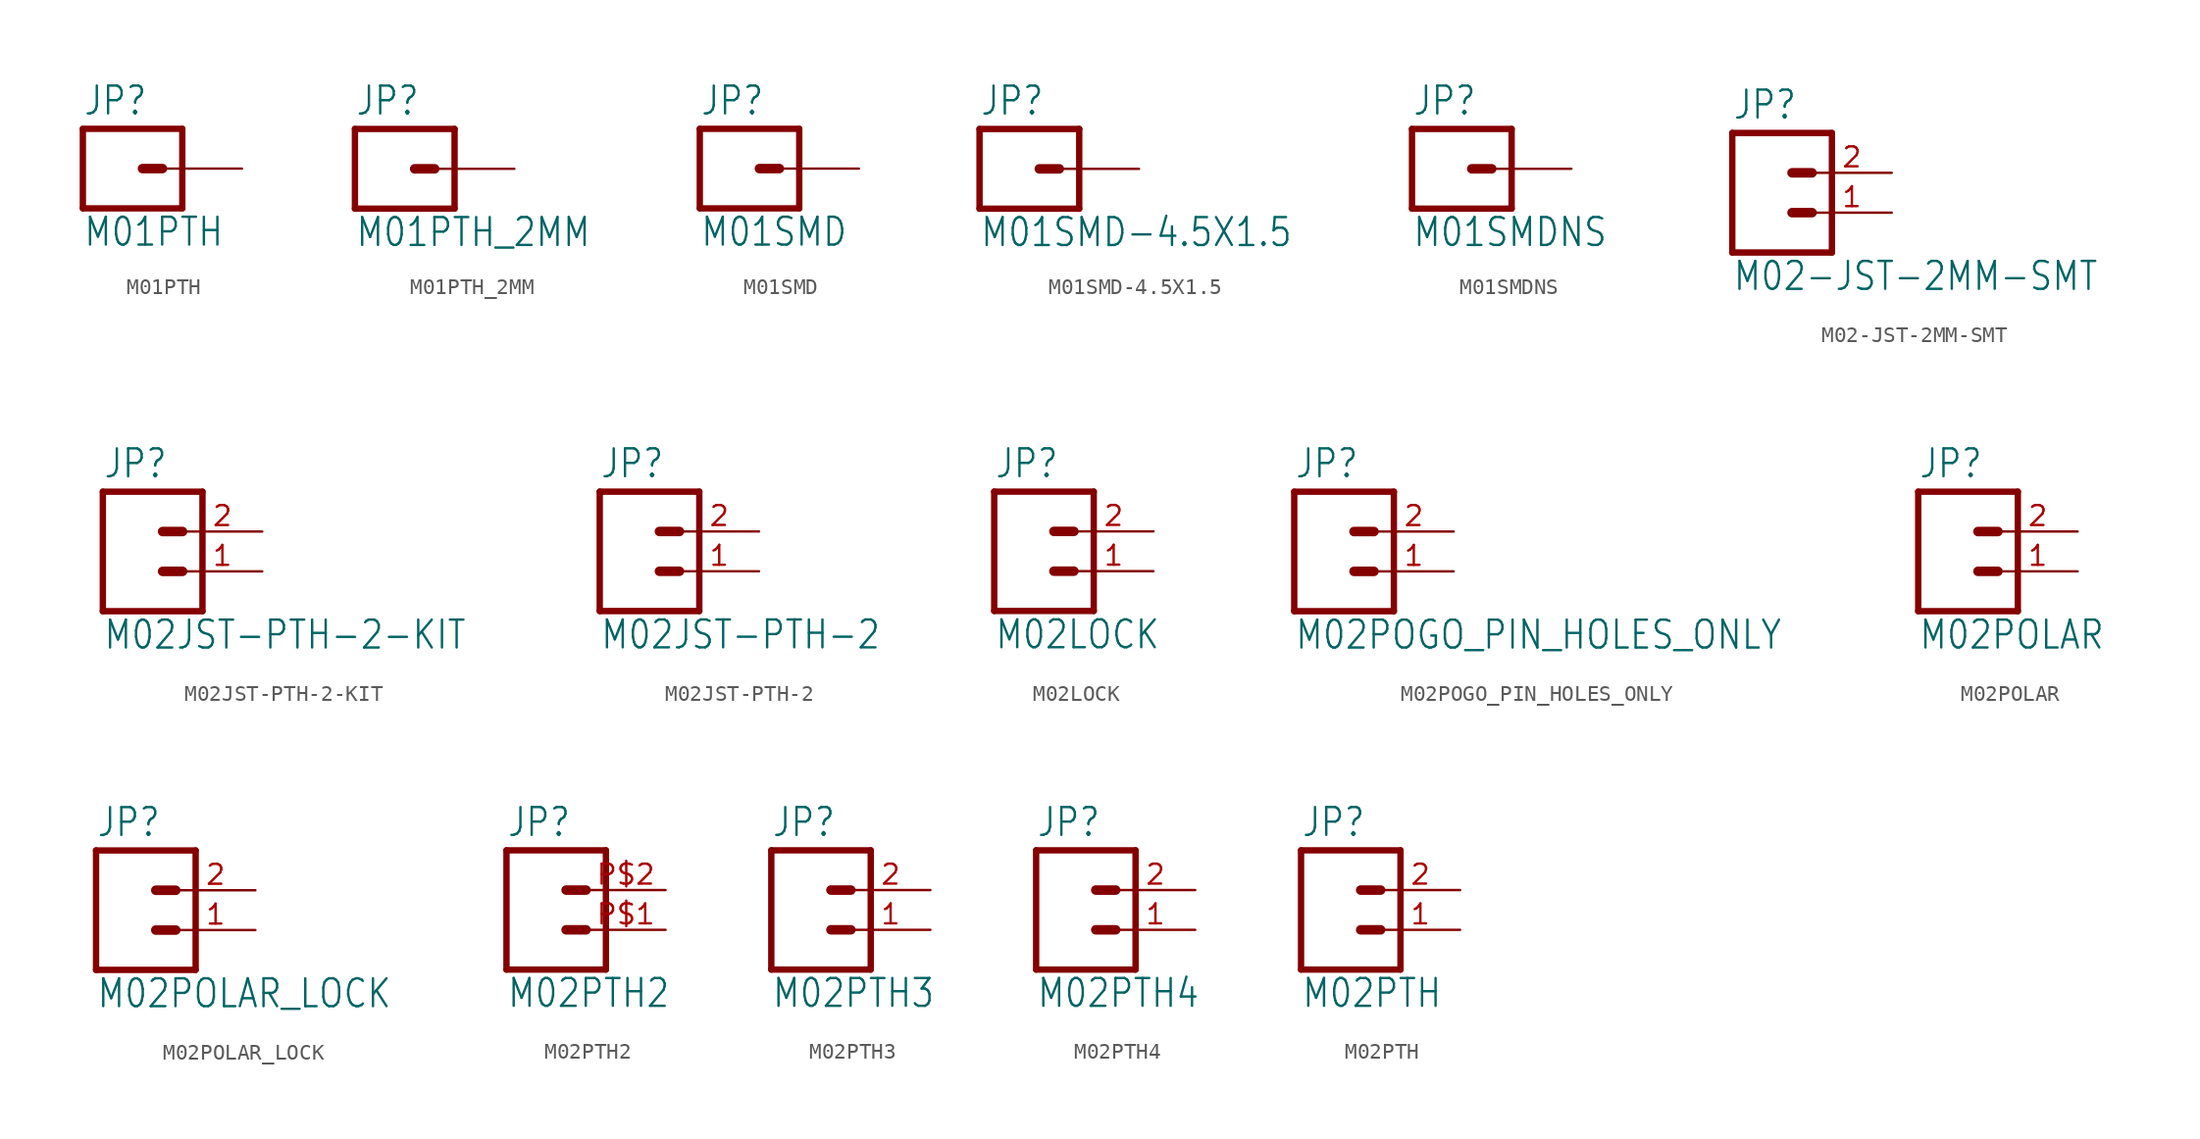
<source format=kicad_sym>
(kicad_symbol_lib
  (version 20201005)
  (generator kicad_symbol_editor)
  (symbol "M01PTH"
    (property "Reference" "JP"
      (at -2.54 3.302 0)
      (effects (font (size 1.778 1.511)) (justify left bottom)))
    (property "Value" "M01PTH"
      (at -2.54 -5.08 0)
      (effects (font (size 1.778 1.511)) (justify left bottom)))
    (property "ki_locked" ""
      (at 0 0 0)
      (effects (font (size 1.27 1.27))))
    (symbol "M01PTH_1_0"
      (polyline (pts (xy 3.81 -2.54) (xy -2.54 -2.54)) (stroke (width 0.406)) (fill (type none)))
      (polyline (pts (xy 1.27 0) (xy 2.54 0)) (stroke (width 0.61)) (fill (type none)))
      (polyline (pts (xy -2.54 2.54) (xy -2.54 -2.54)) (stroke (width 0.406)) (fill (type none)))
      (polyline (pts (xy 3.81 -2.54) (xy 3.81 2.54)) (stroke (width 0.406)) (fill (type none)))
      (polyline (pts (xy -2.54 2.54) (xy 3.81 2.54)) (stroke (width 0.406)) (fill (type none)))
      (pin passive line (at 7.62 0 180) (length 5.08) (name "1" (effects (font (size 0 0)))) (number "1" (effects (font (size 0 0)))))))
  (symbol "M01PTH_2MM"
    (property "Reference" "JP"
      (at -2.54 3.302 0)
      (effects (font (size 1.778 1.511)) (justify left bottom)))
    (property "Value" "M01PTH_2MM"
      (at -2.54 -5.08 0)
      (effects (font (size 1.778 1.511)) (justify left bottom)))
    (property "ki_locked" ""
      (at 0 0 0)
      (effects (font (size 1.27 1.27))))
    (symbol "M01PTH_2MM_1_0"
      (polyline (pts (xy 3.81 -2.54) (xy -2.54 -2.54)) (stroke (width 0.406)) (fill (type none)))
      (polyline (pts (xy 1.27 0) (xy 2.54 0)) (stroke (width 0.61)) (fill (type none)))
      (polyline (pts (xy -2.54 2.54) (xy -2.54 -2.54)) (stroke (width 0.406)) (fill (type none)))
      (polyline (pts (xy 3.81 -2.54) (xy 3.81 2.54)) (stroke (width 0.406)) (fill (type none)))
      (polyline (pts (xy -2.54 2.54) (xy 3.81 2.54)) (stroke (width 0.406)) (fill (type none)))
      (pin passive line (at 7.62 0 180) (length 5.08) (name "1" (effects (font (size 0 0)))) (number "1" (effects (font (size 0 0)))))))
  (symbol "M01SMD"
    (property "Reference" "JP"
      (at -2.54 3.302 0)
      (effects (font (size 1.778 1.511)) (justify left bottom)))
    (property "Value" "M01SMD"
      (at -2.54 -5.08 0)
      (effects (font (size 1.778 1.511)) (justify left bottom)))
    (property "ki_locked" ""
      (at 0 0 0)
      (effects (font (size 1.27 1.27))))
    (symbol "M01SMD_1_0"
      (polyline (pts (xy 3.81 -2.54) (xy -2.54 -2.54)) (stroke (width 0.406)) (fill (type none)))
      (polyline (pts (xy 1.27 0) (xy 2.54 0)) (stroke (width 0.61)) (fill (type none)))
      (polyline (pts (xy -2.54 2.54) (xy -2.54 -2.54)) (stroke (width 0.406)) (fill (type none)))
      (polyline (pts (xy 3.81 -2.54) (xy 3.81 2.54)) (stroke (width 0.406)) (fill (type none)))
      (polyline (pts (xy -2.54 2.54) (xy 3.81 2.54)) (stroke (width 0.406)) (fill (type none)))
      (pin passive line (at 7.62 0 180) (length 5.08) (name "1" (effects (font (size 0 0)))) (number "P$1" (effects (font (size 0 0)))))))
  (symbol "M01SMD-4.5X1.5"
    (property "Reference" "JP"
      (at -2.54 3.302 0)
      (effects (font (size 1.778 1.511)) (justify left bottom)))
    (property "Value" "M01SMD-4.5X1.5"
      (at -2.54 -5.08 0)
      (effects (font (size 1.778 1.511)) (justify left bottom)))
    (property "ki_locked" ""
      (at 0 0 0)
      (effects (font (size 1.27 1.27))))
    (symbol "M01SMD-4.5X1.5_1_0"
      (polyline (pts (xy 3.81 -2.54) (xy -2.54 -2.54)) (stroke (width 0.406)) (fill (type none)))
      (polyline (pts (xy 1.27 0) (xy 2.54 0)) (stroke (width 0.61)) (fill (type none)))
      (polyline (pts (xy -2.54 2.54) (xy -2.54 -2.54)) (stroke (width 0.406)) (fill (type none)))
      (polyline (pts (xy 3.81 -2.54) (xy 3.81 2.54)) (stroke (width 0.406)) (fill (type none)))
      (polyline (pts (xy -2.54 2.54) (xy 3.81 2.54)) (stroke (width 0.406)) (fill (type none)))
      (pin passive line (at 7.62 0 180) (length 5.08) (name "1" (effects (font (size 0 0)))) (number "P$1" (effects (font (size 0 0)))))))
  (symbol "M01SMDNS"
    (property "Reference" "JP"
      (at -2.54 3.302 0)
      (effects (font (size 1.778 1.511)) (justify left bottom)))
    (property "Value" "M01SMDNS"
      (at -2.54 -5.08 0)
      (effects (font (size 1.778 1.511)) (justify left bottom)))
    (property "ki_locked" ""
      (at 0 0 0)
      (effects (font (size 1.27 1.27))))
    (symbol "M01SMDNS_1_0"
      (polyline (pts (xy 3.81 -2.54) (xy -2.54 -2.54)) (stroke (width 0.406)) (fill (type none)))
      (polyline (pts (xy 1.27 0) (xy 2.54 0)) (stroke (width 0.61)) (fill (type none)))
      (polyline (pts (xy -2.54 2.54) (xy -2.54 -2.54)) (stroke (width 0.406)) (fill (type none)))
      (polyline (pts (xy 3.81 -2.54) (xy 3.81 2.54)) (stroke (width 0.406)) (fill (type none)))
      (polyline (pts (xy -2.54 2.54) (xy 3.81 2.54)) (stroke (width 0.406)) (fill (type none)))
      (pin passive line (at 7.62 0 180) (length 5.08) (name "1" (effects (font (size 0 0)))) (number "1" (effects (font (size 0 0)))))))
  (symbol "M02-JST-2MM-SMT"
    (property "Reference" "JP"
      (at -2.54 5.842 0)
      (effects (font (size 1.778 1.511)) (justify left bottom)))
    (property "Value" "M02-JST-2MM-SMT"
      (at -2.54 -5.08 0)
      (effects (font (size 1.778 1.511)) (justify left bottom)))
    (property "ki_locked" ""
      (at 0 0 0)
      (effects (font (size 1.27 1.27))))
    (symbol "M02-JST-2MM-SMT_1_0"
      (polyline (pts (xy 3.81 -2.54) (xy -2.54 -2.54)) (stroke (width 0.406)) (fill (type none)))
      (polyline (pts (xy 1.27 2.54) (xy 2.54 2.54)) (stroke (width 0.61)) (fill (type none)))
      (polyline (pts (xy 1.27 0) (xy 2.54 0)) (stroke (width 0.61)) (fill (type none)))
      (polyline (pts (xy -2.54 5.08) (xy -2.54 -2.54)) (stroke (width 0.406)) (fill (type none)))
      (polyline (pts (xy 3.81 -2.54) (xy 3.81 5.08)) (stroke (width 0.406)) (fill (type none)))
      (polyline (pts (xy -2.54 5.08) (xy 3.81 5.08)) (stroke (width 0.406)) (fill (type none)))
      (pin passive line (at 7.62 0 180) (length 5.08) (name "1" (effects (font (size 0 0)))) (number "1" (effects (font (size 1.27 1.27)))))
      (pin passive line (at 7.62 2.54 180) (length 5.08) (name "2" (effects (font (size 0 0)))) (number "2" (effects (font (size 1.27 1.27)))))))
  (symbol "M02JST-PTH-2-KIT"
    (property "Reference" "JP"
      (at -2.54 5.842 0)
      (effects (font (size 1.778 1.511)) (justify left bottom)))
    (property "Value" "M02JST-PTH-2-KIT"
      (at -2.54 -5.08 0)
      (effects (font (size 1.778 1.511)) (justify left bottom)))
    (property "ki_locked" ""
      (at 0 0 0)
      (effects (font (size 1.27 1.27))))
    (symbol "M02JST-PTH-2-KIT_1_0"
      (polyline (pts (xy 3.81 -2.54) (xy -2.54 -2.54)) (stroke (width 0.406)) (fill (type none)))
      (polyline (pts (xy 1.27 2.54) (xy 2.54 2.54)) (stroke (width 0.61)) (fill (type none)))
      (polyline (pts (xy 1.27 0) (xy 2.54 0)) (stroke (width 0.61)) (fill (type none)))
      (polyline (pts (xy -2.54 5.08) (xy -2.54 -2.54)) (stroke (width 0.406)) (fill (type none)))
      (polyline (pts (xy 3.81 -2.54) (xy 3.81 5.08)) (stroke (width 0.406)) (fill (type none)))
      (polyline (pts (xy -2.54 5.08) (xy 3.81 5.08)) (stroke (width 0.406)) (fill (type none)))
      (pin passive line (at 7.62 0 180) (length 5.08) (name "1" (effects (font (size 0 0)))) (number "1" (effects (font (size 1.27 1.27)))))
      (pin passive line (at 7.62 2.54 180) (length 5.08) (name "2" (effects (font (size 0 0)))) (number "2" (effects (font (size 1.27 1.27)))))))
  (symbol "M02JST-PTH-2"
    (property "Reference" "JP"
      (at -2.54 5.842 0)
      (effects (font (size 1.778 1.511)) (justify left bottom)))
    (property "Value" "M02JST-PTH-2"
      (at -2.54 -5.08 0)
      (effects (font (size 1.778 1.511)) (justify left bottom)))
    (property "ki_locked" ""
      (at 0 0 0)
      (effects (font (size 1.27 1.27))))
    (symbol "M02JST-PTH-2_1_0"
      (polyline (pts (xy 3.81 -2.54) (xy -2.54 -2.54)) (stroke (width 0.406)) (fill (type none)))
      (polyline (pts (xy 1.27 2.54) (xy 2.54 2.54)) (stroke (width 0.61)) (fill (type none)))
      (polyline (pts (xy 1.27 0) (xy 2.54 0)) (stroke (width 0.61)) (fill (type none)))
      (polyline (pts (xy -2.54 5.08) (xy -2.54 -2.54)) (stroke (width 0.406)) (fill (type none)))
      (polyline (pts (xy 3.81 -2.54) (xy 3.81 5.08)) (stroke (width 0.406)) (fill (type none)))
      (polyline (pts (xy -2.54 5.08) (xy 3.81 5.08)) (stroke (width 0.406)) (fill (type none)))
      (pin passive line (at 7.62 0 180) (length 5.08) (name "1" (effects (font (size 0 0)))) (number "1" (effects (font (size 1.27 1.27)))))
      (pin passive line (at 7.62 2.54 180) (length 5.08) (name "2" (effects (font (size 0 0)))) (number "2" (effects (font (size 1.27 1.27)))))))
  (symbol "M02LOCK"
    (property "Reference" "JP"
      (at -2.54 5.842 0)
      (effects (font (size 1.778 1.511)) (justify left bottom)))
    (property "Value" "M02LOCK"
      (at -2.54 -5.08 0)
      (effects (font (size 1.778 1.511)) (justify left bottom)))
    (property "ki_locked" ""
      (at 0 0 0)
      (effects (font (size 1.27 1.27))))
    (symbol "M02LOCK_1_0"
      (polyline (pts (xy 3.81 -2.54) (xy -2.54 -2.54)) (stroke (width 0.406)) (fill (type none)))
      (polyline (pts (xy 1.27 2.54) (xy 2.54 2.54)) (stroke (width 0.61)) (fill (type none)))
      (polyline (pts (xy 1.27 0) (xy 2.54 0)) (stroke (width 0.61)) (fill (type none)))
      (polyline (pts (xy -2.54 5.08) (xy -2.54 -2.54)) (stroke (width 0.406)) (fill (type none)))
      (polyline (pts (xy 3.81 -2.54) (xy 3.81 5.08)) (stroke (width 0.406)) (fill (type none)))
      (polyline (pts (xy -2.54 5.08) (xy 3.81 5.08)) (stroke (width 0.406)) (fill (type none)))
      (pin passive line (at 7.62 0 180) (length 5.08) (name "1" (effects (font (size 0 0)))) (number "1" (effects (font (size 1.27 1.27)))))
      (pin passive line (at 7.62 2.54 180) (length 5.08) (name "2" (effects (font (size 0 0)))) (number "2" (effects (font (size 1.27 1.27)))))))
  (symbol "M02POGO_PIN_HOLES_ONLY"
    (property "Reference" "JP"
      (at -2.54 5.842 0)
      (effects (font (size 1.778 1.511)) (justify left bottom)))
    (property "Value" "M02POGO_PIN_HOLES_ONLY"
      (at -2.54 -5.08 0)
      (effects (font (size 1.778 1.511)) (justify left bottom)))
    (property "ki_locked" ""
      (at 0 0 0)
      (effects (font (size 1.27 1.27))))
    (symbol "M02POGO_PIN_HOLES_ONLY_1_0"
      (polyline (pts (xy 3.81 -2.54) (xy -2.54 -2.54)) (stroke (width 0.406)) (fill (type none)))
      (polyline (pts (xy 1.27 2.54) (xy 2.54 2.54)) (stroke (width 0.61)) (fill (type none)))
      (polyline (pts (xy 1.27 0) (xy 2.54 0)) (stroke (width 0.61)) (fill (type none)))
      (polyline (pts (xy -2.54 5.08) (xy -2.54 -2.54)) (stroke (width 0.406)) (fill (type none)))
      (polyline (pts (xy 3.81 -2.54) (xy 3.81 5.08)) (stroke (width 0.406)) (fill (type none)))
      (polyline (pts (xy -2.54 5.08) (xy 3.81 5.08)) (stroke (width 0.406)) (fill (type none)))
      (pin passive line (at 7.62 0 180) (length 5.08) (name "1" (effects (font (size 0 0)))) (number "1" (effects (font (size 1.27 1.27)))))
      (pin passive line (at 7.62 2.54 180) (length 5.08) (name "2" (effects (font (size 0 0)))) (number "2" (effects (font (size 1.27 1.27)))))))
  (symbol "M02POLAR"
    (property "Reference" "JP"
      (at -2.54 5.842 0)
      (effects (font (size 1.778 1.511)) (justify left bottom)))
    (property "Value" "M02POLAR"
      (at -2.54 -5.08 0)
      (effects (font (size 1.778 1.511)) (justify left bottom)))
    (property "ki_locked" ""
      (at 0 0 0)
      (effects (font (size 1.27 1.27))))
    (symbol "M02POLAR_1_0"
      (polyline (pts (xy 3.81 -2.54) (xy -2.54 -2.54)) (stroke (width 0.406)) (fill (type none)))
      (polyline (pts (xy 1.27 2.54) (xy 2.54 2.54)) (stroke (width 0.61)) (fill (type none)))
      (polyline (pts (xy 1.27 0) (xy 2.54 0)) (stroke (width 0.61)) (fill (type none)))
      (polyline (pts (xy -2.54 5.08) (xy -2.54 -2.54)) (stroke (width 0.406)) (fill (type none)))
      (polyline (pts (xy 3.81 -2.54) (xy 3.81 5.08)) (stroke (width 0.406)) (fill (type none)))
      (polyline (pts (xy -2.54 5.08) (xy 3.81 5.08)) (stroke (width 0.406)) (fill (type none)))
      (pin passive line (at 7.62 0 180) (length 5.08) (name "1" (effects (font (size 0 0)))) (number "1" (effects (font (size 1.27 1.27)))))
      (pin passive line (at 7.62 2.54 180) (length 5.08) (name "2" (effects (font (size 0 0)))) (number "2" (effects (font (size 1.27 1.27)))))))
  (symbol "M02POLAR_LOCK"
    (property "Reference" "JP"
      (at -2.54 5.842 0)
      (effects (font (size 1.778 1.511)) (justify left bottom)))
    (property "Value" "M02POLAR_LOCK"
      (at -2.54 -5.08 0)
      (effects (font (size 1.778 1.511)) (justify left bottom)))
    (property "ki_locked" ""
      (at 0 0 0)
      (effects (font (size 1.27 1.27))))
    (symbol "M02POLAR_LOCK_1_0"
      (polyline (pts (xy 3.81 -2.54) (xy -2.54 -2.54)) (stroke (width 0.406)) (fill (type none)))
      (polyline (pts (xy 1.27 2.54) (xy 2.54 2.54)) (stroke (width 0.61)) (fill (type none)))
      (polyline (pts (xy 1.27 0) (xy 2.54 0)) (stroke (width 0.61)) (fill (type none)))
      (polyline (pts (xy -2.54 5.08) (xy -2.54 -2.54)) (stroke (width 0.406)) (fill (type none)))
      (polyline (pts (xy 3.81 -2.54) (xy 3.81 5.08)) (stroke (width 0.406)) (fill (type none)))
      (polyline (pts (xy -2.54 5.08) (xy 3.81 5.08)) (stroke (width 0.406)) (fill (type none)))
      (pin passive line (at 7.62 0 180) (length 5.08) (name "1" (effects (font (size 0 0)))) (number "1" (effects (font (size 1.27 1.27)))))
      (pin passive line (at 7.62 2.54 180) (length 5.08) (name "2" (effects (font (size 0 0)))) (number "2" (effects (font (size 1.27 1.27)))))))
  (symbol "M02PTH2"
    (property "Reference" "JP"
      (at -2.54 5.842 0)
      (effects (font (size 1.778 1.511)) (justify left bottom)))
    (property "Value" "M02PTH2"
      (at -2.54 -5.08 0)
      (effects (font (size 1.778 1.511)) (justify left bottom)))
    (property "ki_locked" ""
      (at 0 0 0)
      (effects (font (size 1.27 1.27))))
    (symbol "M02PTH2_1_0"
      (polyline (pts (xy 3.81 -2.54) (xy -2.54 -2.54)) (stroke (width 0.406)) (fill (type none)))
      (polyline (pts (xy 1.27 2.54) (xy 2.54 2.54)) (stroke (width 0.61)) (fill (type none)))
      (polyline (pts (xy 1.27 0) (xy 2.54 0)) (stroke (width 0.61)) (fill (type none)))
      (polyline (pts (xy -2.54 5.08) (xy -2.54 -2.54)) (stroke (width 0.406)) (fill (type none)))
      (polyline (pts (xy 3.81 -2.54) (xy 3.81 5.08)) (stroke (width 0.406)) (fill (type none)))
      (polyline (pts (xy -2.54 5.08) (xy 3.81 5.08)) (stroke (width 0.406)) (fill (type none)))
      (pin passive line (at 7.62 0 180) (length 5.08) (name "1" (effects (font (size 0 0)))) (number "P$1" (effects (font (size 1.27 1.27)))))
      (pin passive line (at 7.62 2.54 180) (length 5.08) (name "2" (effects (font (size 0 0)))) (number "P$2" (effects (font (size 1.27 1.27)))))))
  (symbol "M02PTH3"
    (property "Reference" "JP"
      (at -2.54 5.842 0)
      (effects (font (size 1.778 1.511)) (justify left bottom)))
    (property "Value" "M02PTH3"
      (at -2.54 -5.08 0)
      (effects (font (size 1.778 1.511)) (justify left bottom)))
    (property "ki_locked" ""
      (at 0 0 0)
      (effects (font (size 1.27 1.27))))
    (symbol "M02PTH3_1_0"
      (polyline (pts (xy 3.81 -2.54) (xy -2.54 -2.54)) (stroke (width 0.406)) (fill (type none)))
      (polyline (pts (xy 1.27 2.54) (xy 2.54 2.54)) (stroke (width 0.61)) (fill (type none)))
      (polyline (pts (xy 1.27 0) (xy 2.54 0)) (stroke (width 0.61)) (fill (type none)))
      (polyline (pts (xy -2.54 5.08) (xy -2.54 -2.54)) (stroke (width 0.406)) (fill (type none)))
      (polyline (pts (xy 3.81 -2.54) (xy 3.81 5.08)) (stroke (width 0.406)) (fill (type none)))
      (polyline (pts (xy -2.54 5.08) (xy 3.81 5.08)) (stroke (width 0.406)) (fill (type none)))
      (pin passive line (at 7.62 0 180) (length 5.08) (name "1" (effects (font (size 0 0)))) (number "1" (effects (font (size 1.27 1.27)))))
      (pin passive line (at 7.62 2.54 180) (length 5.08) (name "2" (effects (font (size 0 0)))) (number "2" (effects (font (size 1.27 1.27)))))))
  (symbol "M02PTH4"
    (property "Reference" "JP"
      (at -2.54 5.842 0)
      (effects (font (size 1.778 1.511)) (justify left bottom)))
    (property "Value" "M02PTH4"
      (at -2.54 -5.08 0)
      (effects (font (size 1.778 1.511)) (justify left bottom)))
    (property "ki_locked" ""
      (at 0 0 0)
      (effects (font (size 1.27 1.27))))
    (symbol "M02PTH4_1_0"
      (polyline (pts (xy 3.81 -2.54) (xy -2.54 -2.54)) (stroke (width 0.406)) (fill (type none)))
      (polyline (pts (xy 1.27 2.54) (xy 2.54 2.54)) (stroke (width 0.61)) (fill (type none)))
      (polyline (pts (xy 1.27 0) (xy 2.54 0)) (stroke (width 0.61)) (fill (type none)))
      (polyline (pts (xy -2.54 5.08) (xy -2.54 -2.54)) (stroke (width 0.406)) (fill (type none)))
      (polyline (pts (xy 3.81 -2.54) (xy 3.81 5.08)) (stroke (width 0.406)) (fill (type none)))
      (polyline (pts (xy -2.54 5.08) (xy 3.81 5.08)) (stroke (width 0.406)) (fill (type none)))
      (pin passive line (at 7.62 0 180) (length 5.08) (name "1" (effects (font (size 0 0)))) (number "1" (effects (font (size 1.27 1.27)))))
      (pin passive line (at 7.62 2.54 180) (length 5.08) (name "2" (effects (font (size 0 0)))) (number "2" (effects (font (size 1.27 1.27)))))))
  (symbol "M02PTH"
    (property "Reference" "JP"
      (at -2.54 5.842 0)
      (effects (font (size 1.778 1.511)) (justify left bottom)))
    (property "Value" "M02PTH"
      (at -2.54 -5.08 0)
      (effects (font (size 1.778 1.511)) (justify left bottom)))
    (property "ki_locked" ""
      (at 0 0 0)
      (effects (font (size 1.27 1.27))))
    (symbol "M02PTH_1_0"
      (polyline (pts (xy 3.81 -2.54) (xy -2.54 -2.54)) (stroke (width 0.406)) (fill (type none)))
      (polyline (pts (xy 1.27 2.54) (xy 2.54 2.54)) (stroke (width 0.61)) (fill (type none)))
      (polyline (pts (xy 1.27 0) (xy 2.54 0)) (stroke (width 0.61)) (fill (type none)))
      (polyline (pts (xy -2.54 5.08) (xy -2.54 -2.54)) (stroke (width 0.406)) (fill (type none)))
      (polyline (pts (xy 3.81 -2.54) (xy 3.81 5.08)) (stroke (width 0.406)) (fill (type none)))
      (polyline (pts (xy -2.54 5.08) (xy 3.81 5.08)) (stroke (width 0.406)) (fill (type none)))
      (pin passive line (at 7.62 0 180) (length 5.08) (name "1" (effects (font (size 0 0)))) (number "1" (effects (font (size 1.27 1.27)))))
      (pin passive line (at 7.62 2.54 180) (length 5.08) (name "2" (effects (font (size 0 0)))) (number "2" (effects (font (size 1.27 1.27))))))))
</source>
